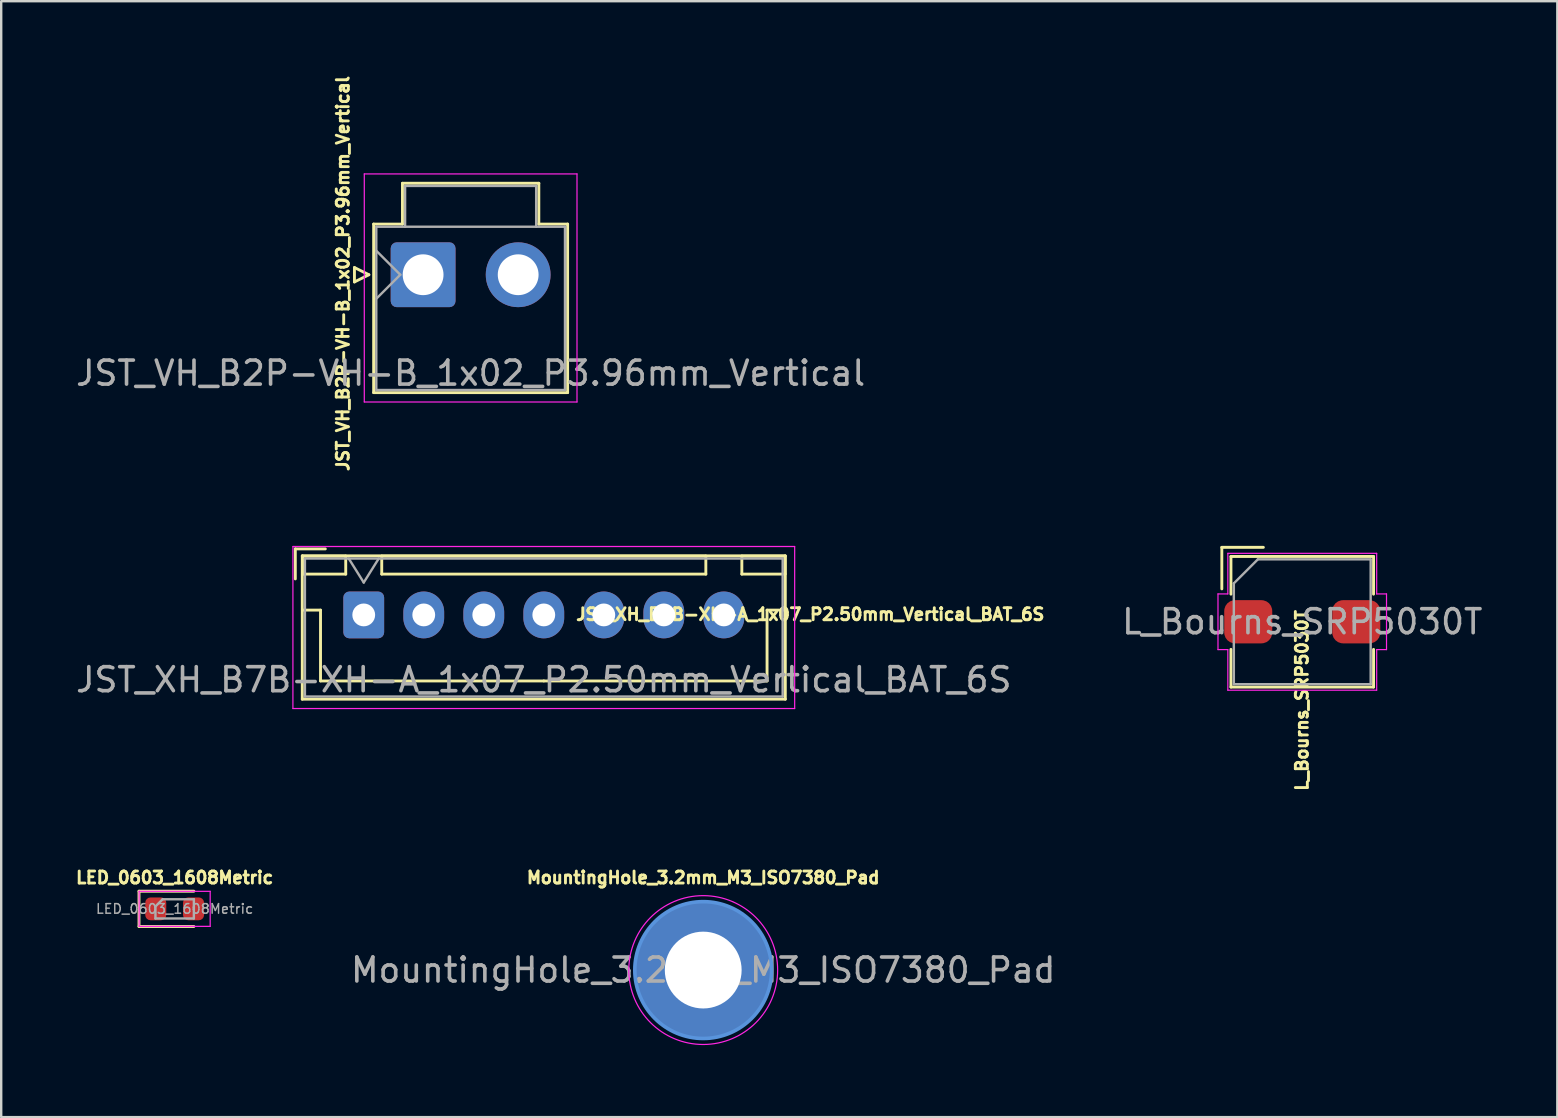
<source format=kicad_pcb>
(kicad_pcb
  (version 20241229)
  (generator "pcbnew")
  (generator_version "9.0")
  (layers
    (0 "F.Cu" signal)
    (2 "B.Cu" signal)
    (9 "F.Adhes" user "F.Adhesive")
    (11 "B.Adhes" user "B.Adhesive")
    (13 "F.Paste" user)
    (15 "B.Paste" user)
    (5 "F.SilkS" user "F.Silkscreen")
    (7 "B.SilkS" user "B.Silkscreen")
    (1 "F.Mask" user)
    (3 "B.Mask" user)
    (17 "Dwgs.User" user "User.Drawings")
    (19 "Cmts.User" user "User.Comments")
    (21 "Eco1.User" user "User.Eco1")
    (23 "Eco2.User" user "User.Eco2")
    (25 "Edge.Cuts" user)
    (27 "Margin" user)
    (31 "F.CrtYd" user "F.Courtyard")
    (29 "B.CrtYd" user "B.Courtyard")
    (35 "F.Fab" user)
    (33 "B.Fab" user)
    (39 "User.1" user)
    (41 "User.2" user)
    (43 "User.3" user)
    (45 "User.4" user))
  (footprint "L_Bourns_SRP5030T"
    (layer "F.Cu")
    (at 51.194 22.849)
    (property "Reference" "L_Bourns_SRP5030T" (at -0.013 3.275 90) (layer "F.SilkS") (effects (font (size 0.5 0.5) (thickness 0.12))))
    (attr smd)
    (fp_line (start -3.35 -3.1) (end -1.62 -3.1) (stroke (width 0.12) (type solid)) (layer "F.SilkS"))
    (fp_line (start -3.35 -1.37) (end -3.35 -3.1) (stroke (width 0.12) (type solid)) (layer "F.SilkS"))
    (fp_line (start -2.97 -2.72) (end -2.97 -1.15) (stroke (width 0.12) (type solid)) (layer "F.SilkS"))
    (fp_line (start -2.97 -2.72) (end 2.97 -2.72) (stroke (width 0.12) (type solid)) (layer "F.SilkS"))
    (fp_line (start -2.97 1.15) (end -2.97 2.72) (stroke (width 0.12) (type solid)) (layer "F.SilkS"))
    (fp_line (start -2.97 2.72) (end 2.97 2.72) (stroke (width 0.12) (type solid)) (layer "F.SilkS"))
    (fp_line (start 2.97 -2.72) (end 2.97 -1.15) (stroke (width 0.12) (type solid)) (layer "F.SilkS"))
    (fp_line (start 2.97 1.15) (end 2.97 2.72) (stroke (width 0.12) (type solid)) (layer "F.SilkS"))
    (fp_line (start -3.51 -1.16) (end -3.51 1.16) (stroke (width 0.05) (type solid)) (layer "F.CrtYd"))
    (fp_line (start -3.51 1.16) (end -3.1 1.16) (stroke (width 0.05) (type solid)) (layer "F.CrtYd"))
    (fp_line (start -3.1 -2.85) (end -3.1 -1.16) (stroke (width 0.05) (type solid)) (layer "F.CrtYd"))
    (fp_line (start -3.1 -2.85) (end 3.1 -2.85) (stroke (width 0.05) (type solid)) (layer "F.CrtYd"))
    (fp_line (start -3.1 -1.16) (end -3.51 -1.16) (stroke (width 0.05) (type solid)) (layer "F.CrtYd"))
    (fp_line (start -3.1 1.16) (end -3.1 2.85) (stroke (width 0.05) (type solid)) (layer "F.CrtYd"))
    (fp_line (start -3.1 2.85) (end 3.1 2.85) (stroke (width 0.05) (type solid)) (layer "F.CrtYd"))
    (fp_line (start 3.1 -2.85) (end 3.1 -1.16) (stroke (width 0.05) (type solid)) (layer "F.CrtYd"))
    (fp_line (start 3.1 -1.16) (end 3.51 -1.16) (stroke (width 0.05) (type solid)) (layer "F.CrtYd"))
    (fp_line (start 3.1 1.16) (end 3.1 2.85) (stroke (width 0.05) (type solid)) (layer "F.CrtYd"))
    (fp_line (start 3.51 -1.16) (end 3.51 1.16) (stroke (width 0.05) (type solid)) (layer "F.CrtYd"))
    (fp_line (start 3.51 1.16) (end 3.1 1.16) (stroke (width 0.05) (type solid)) (layer "F.CrtYd"))
    (fp_line (start -2.85 -1.6) (end -1.85 -2.6) (stroke (width 0.1) (type solid)) (layer "F.Fab"))
    (fp_line (start -2.85 2.6) (end -2.85 -1.6) (stroke (width 0.1) (type solid)) (layer "F.Fab"))
    (fp_line (start -1.85 -2.6) (end 2.85 -2.6) (stroke (width 0.1) (type solid)) (layer "F.Fab"))
    (fp_line (start 2.85 -2.6) (end 2.85 2.6) (stroke (width 0.1) (type solid)) (layer "F.Fab"))
    (fp_line (start 2.85 2.6) (end -2.85 2.6) (stroke (width 0.1) (type solid)) (layer "F.Fab"))
    (fp_text user "${REFERENCE}" (at 0 0 180) (layer "F.Fab") (effects (font (size 1 1) (thickness 0.15))))
    (pad "1" smd roundrect (at -2.25 0) (size 2 1.8) (layers "F.Cu" "F.Mask" "F.Paste") (roundrect_rratio 0.25))
    (pad "2" smd roundrect (at 2.25 0) (size 2 1.8) (layers "F.Cu" "F.Mask" "F.Paste") (roundrect_rratio 0.25)))
  (footprint "LED_0603_1608Metric"
    (layer "F.Cu")
    (at 4.225 34.807)
    (property "Reference" "LED_0603_1608Metric" (at 0 -1.3 0) (layer "F.SilkS") (effects (font (size 0.5 0.5) (thickness 0.12))))
    (attr smd)
    (fp_line (start -1.485 -0.735) (end -1.485 0.735) (stroke (width 0.12) (type solid)) (layer "F.SilkS"))
    (fp_line (start -1.485 0.735) (end 0.8 0.735) (stroke (width 0.12) (type solid)) (layer "F.SilkS"))
    (fp_line (start 0.8 -0.735) (end -1.485 -0.735) (stroke (width 0.12) (type solid)) (layer "F.SilkS"))
    (fp_line (start -1.48 -0.73) (end 1.48 -0.73) (stroke (width 0.05) (type solid)) (layer "F.CrtYd"))
    (fp_line (start -1.48 0.73) (end -1.48 -0.73) (stroke (width 0.05) (type solid)) (layer "F.CrtYd"))
    (fp_line (start 1.48 -0.73) (end 1.48 0.73) (stroke (width 0.05) (type solid)) (layer "F.CrtYd"))
    (fp_line (start 1.48 0.73) (end -1.48 0.73) (stroke (width 0.05) (type solid)) (layer "F.CrtYd"))
    (fp_line (start -0.8 -0.1) (end -0.8 0.4) (stroke (width 0.1) (type solid)) (layer "F.Fab"))
    (fp_line (start -0.8 0.4) (end 0.8 0.4) (stroke (width 0.1) (type solid)) (layer "F.Fab"))
    (fp_line (start -0.5 -0.4) (end -0.8 -0.1) (stroke (width 0.1) (type solid)) (layer "F.Fab"))
    (fp_line (start 0.8 -0.4) (end -0.5 -0.4) (stroke (width 0.1) (type solid)) (layer "F.Fab"))
    (fp_line (start 0.8 0.4) (end 0.8 -0.4) (stroke (width 0.1) (type solid)) (layer "F.Fab"))
    (fp_text user "${REFERENCE}" (at 0 0 0) (layer "F.Fab") (effects (font (size 0.4 0.4) (thickness 0.06))))
    (pad "1" smd roundrect (at -0.787 0) (size 0.875 0.95) (layers "F.Cu" "F.Mask" "F.Paste") (roundrect_rratio 0.25))
    (pad "2" smd roundrect (at 0.787 0) (size 0.875 0.95) (layers "F.Cu" "F.Mask" "F.Paste") (roundrect_rratio 0.25)))
  (footprint "JST_VH_B2P-VH-B_1x02_P3.96mm_Vertical"
    (layer "F.Cu")
    (at 14.574 8.394)
    (property "Reference" "JST_VH_B2P-VH-B_1x02_P3.96mm_Vertical" (at -3.342 -0.05 270) (layer "F.SilkS") (effects (font (size 0.5 0.5) (thickness 0.12))))
    (attr through_hole)
    (fp_line (start -2.86 -0.3) (end -2.26 0) (stroke (width 0.12) (type solid)) (layer "F.SilkS"))
    (fp_line (start -2.86 0.3) (end -2.86 -0.3) (stroke (width 0.12) (type solid)) (layer "F.SilkS"))
    (fp_line (start -2.26 0) (end -2.86 0.3) (stroke (width 0.12) (type solid)) (layer "F.SilkS"))
    (fp_line (start -2.06 -2.11) (end -0.86 -2.11) (stroke (width 0.12) (type solid)) (layer "F.SilkS"))
    (fp_line (start -2.06 4.91) (end -2.06 -2.11) (stroke (width 0.12) (type solid)) (layer "F.SilkS"))
    (fp_line (start -0.86 -3.81) (end 4.82 -3.81) (stroke (width 0.12) (type solid)) (layer "F.SilkS"))
    (fp_line (start -0.86 -2.11) (end -0.86 -3.81) (stroke (width 0.12) (type solid)) (layer "F.SilkS"))
    (fp_line (start 4.82 -3.81) (end 4.82 -2.11) (stroke (width 0.12) (type solid)) (layer "F.SilkS"))
    (fp_line (start 4.82 -2.11) (end 6.02 -2.11) (stroke (width 0.12) (type solid)) (layer "F.SilkS"))
    (fp_line (start 6.02 -2.11) (end 6.02 4.91) (stroke (width 0.12) (type solid)) (layer "F.SilkS"))
    (fp_line (start 6.02 4.91) (end -2.06 4.91) (stroke (width 0.12) (type solid)) (layer "F.SilkS"))
    (fp_line (start -2.45 -4.2) (end -2.45 5.3) (stroke (width 0.05) (type solid)) (layer "F.CrtYd"))
    (fp_line (start -2.45 5.3) (end 6.41 5.3) (stroke (width 0.05) (type solid)) (layer "F.CrtYd"))
    (fp_line (start 6.41 -4.2) (end -2.45 -4.2) (stroke (width 0.05) (type solid)) (layer "F.CrtYd"))
    (fp_line (start 6.41 5.3) (end 6.41 -4.2) (stroke (width 0.05) (type solid)) (layer "F.CrtYd"))
    (fp_line (start -1.95 -2) (end -1.95 4.8) (stroke (width 0.1) (type solid)) (layer "F.Fab"))
    (fp_line (start -1.95 -1) (end -0.95 0) (stroke (width 0.1) (type solid)) (layer "F.Fab"))
    (fp_line (start -1.95 1) (end -0.95 0) (stroke (width 0.1) (type solid)) (layer "F.Fab"))
    (fp_line (start -1.95 4.8) (end 5.91 4.8) (stroke (width 0.1) (type solid)) (layer "F.Fab"))
    (fp_line (start -0.75 -3.7) (end 4.71 -3.7) (stroke (width 0.1) (type solid)) (layer "F.Fab"))
    (fp_line (start -0.75 -2) (end -0.75 -3.7) (stroke (width 0.1) (type solid)) (layer "F.Fab"))
    (fp_line (start 4.71 -3.7) (end 4.71 -2) (stroke (width 0.1) (type solid)) (layer "F.Fab"))
    (fp_line (start 5.91 -2) (end -1.95 -2) (stroke (width 0.1) (type solid)) (layer "F.Fab"))
    (fp_line (start 5.91 4.8) (end 5.91 -2) (stroke (width 0.1) (type solid)) (layer "F.Fab"))
    (fp_text user "${REFERENCE}" (at 1.98 4.1 180) (layer "F.Fab") (effects (font (size 1 1) (thickness 0.15))))
    (pad "1" thru_hole roundrect (at 0 0) (size 2.7 2.7) (drill 1.7) (layers "*.Cu" "*.Mask") (roundrect_rratio 0.093))
    (pad "2" thru_hole circle (at 3.96 0) (size 2.7 2.7) (drill 1.7) (layers "*.Cu" "*.Mask")))
  (footprint "MountingHole_3.2mm_M3_ISO7380_Pad"
    (layer "F.Cu")
    (at 26.242 37.357)
    (property "Reference" "MountingHole_3.2mm_M3_ISO7380_Pad" (at 0 -3.85 0) (layer "F.SilkS") (effects (font (size 0.5 0.5) (thickness 0.12))))
    (attr exclude_from_pos_files exclude_from_bom)
    (fp_circle (center 0 0) (end 2.85 0) (stroke (width 0.15) (type solid)) (fill no) (layer "Cmts.User"))
    (fp_circle (center 0 0) (end 3.1 0) (stroke (width 0.05) (type solid)) (fill no) (layer "F.CrtYd"))
    (fp_text user "${REFERENCE}" (at 0 0 0) (layer "F.Fab") (effects (font (size 1 1) (thickness 0.15))))
    (pad "1" thru_hole circle (at 0 0) (size 5.7 5.7) (drill 3.2) (layers "*.Cu" "*.Mask")))
  (footprint "JST_XH_B7B-XH-A_1x07_P2.50mm_Vertical_BAT_6S"
    (layer "F.Cu")
    (at 12.101 22.564)
    (property "Reference" "JST_XH_B7B-XH-A_1x07_P2.50mm_Vertical_BAT_6S" (at 18.6 -0.025 180) (layer "F.SilkS") (effects (font (size 0.5 0.5) (thickness 0.12))))
    (attr through_hole)
    (fp_line (start -2.85 -2.75) (end -2.85 -1.5) (stroke (width 0.12) (type solid)) (layer "F.SilkS"))
    (fp_line (start -2.56 -2.46) (end -2.56 3.51) (stroke (width 0.12) (type solid)) (layer "F.SilkS"))
    (fp_line (start -2.56 3.51) (end 17.56 3.51) (stroke (width 0.12) (type solid)) (layer "F.SilkS"))
    (fp_line (start -2.55 -2.45) (end -2.55 -1.7) (stroke (width 0.12) (type solid)) (layer "F.SilkS"))
    (fp_line (start -2.55 -1.7) (end -0.75 -1.7) (stroke (width 0.12) (type solid)) (layer "F.SilkS"))
    (fp_line (start -2.55 -0.2) (end -1.8 -0.2) (stroke (width 0.12) (type solid)) (layer "F.SilkS"))
    (fp_line (start -1.8 -0.2) (end -1.8 2.75) (stroke (width 0.12) (type solid)) (layer "F.SilkS"))
    (fp_line (start -1.8 2.75) (end 7.5 2.75) (stroke (width 0.12) (type solid)) (layer "F.SilkS"))
    (fp_line (start -1.6 -2.75) (end -2.85 -2.75) (stroke (width 0.12) (type solid)) (layer "F.SilkS"))
    (fp_line (start -0.75 -2.45) (end -2.55 -2.45) (stroke (width 0.12) (type solid)) (layer "F.SilkS"))
    (fp_line (start -0.75 -1.7) (end -0.75 -2.45) (stroke (width 0.12) (type solid)) (layer "F.SilkS"))
    (fp_line (start 0.75 -2.45) (end 0.75 -1.7) (stroke (width 0.12) (type solid)) (layer "F.SilkS"))
    (fp_line (start 0.75 -1.7) (end 14.25 -1.7) (stroke (width 0.12) (type solid)) (layer "F.SilkS"))
    (fp_line (start 14.25 -2.45) (end 0.75 -2.45) (stroke (width 0.12) (type solid)) (layer "F.SilkS"))
    (fp_line (start 14.25 -1.7) (end 14.25 -2.45) (stroke (width 0.12) (type solid)) (layer "F.SilkS"))
    (fp_line (start 15.75 -2.45) (end 15.75 -1.7) (stroke (width 0.12) (type solid)) (layer "F.SilkS"))
    (fp_line (start 15.75 -1.7) (end 17.55 -1.7) (stroke (width 0.12) (type solid)) (layer "F.SilkS"))
    (fp_line (start 16.8 -0.2) (end 16.8 2.75) (stroke (width 0.12) (type solid)) (layer "F.SilkS"))
    (fp_line (start 16.8 2.75) (end 7.5 2.75) (stroke (width 0.12) (type solid)) (layer "F.SilkS"))
    (fp_line (start 17.55 -2.45) (end 15.75 -2.45) (stroke (width 0.12) (type solid)) (layer "F.SilkS"))
    (fp_line (start 17.55 -1.7) (end 17.55 -2.45) (stroke (width 0.12) (type solid)) (layer "F.SilkS"))
    (fp_line (start 17.55 -0.2) (end 16.8 -0.2) (stroke (width 0.12) (type solid)) (layer "F.SilkS"))
    (fp_line (start 17.56 -2.46) (end -2.56 -2.46) (stroke (width 0.12) (type solid)) (layer "F.SilkS"))
    (fp_line (start 17.56 3.51) (end 17.56 -2.46) (stroke (width 0.12) (type solid)) (layer "F.SilkS"))
    (fp_line (start -2.95 -2.85) (end -2.95 3.9) (stroke (width 0.05) (type solid)) (layer "F.CrtYd"))
    (fp_line (start -2.95 3.9) (end 17.95 3.9) (stroke (width 0.05) (type solid)) (layer "F.CrtYd"))
    (fp_line (start 17.95 -2.85) (end -2.95 -2.85) (stroke (width 0.05) (type solid)) (layer "F.CrtYd"))
    (fp_line (start 17.95 3.9) (end 17.95 -2.85) (stroke (width 0.05) (type solid)) (layer "F.CrtYd"))
    (fp_line (start -2.45 -2.35) (end -2.45 3.4) (stroke (width 0.1) (type solid)) (layer "F.Fab"))
    (fp_line (start -2.45 3.4) (end 17.45 3.4) (stroke (width 0.1) (type solid)) (layer "F.Fab"))
    (fp_line (start -0.625 -2.35) (end 0 -1.35) (stroke (width 0.1) (type solid)) (layer "F.Fab"))
    (fp_line (start 0 -1.35) (end 0.625 -2.35) (stroke (width 0.1) (type solid)) (layer "F.Fab"))
    (fp_line (start 17.45 -2.35) (end -2.45 -2.35) (stroke (width 0.1) (type solid)) (layer "F.Fab"))
    (fp_line (start 17.45 3.4) (end 17.45 -2.35) (stroke (width 0.1) (type solid)) (layer "F.Fab"))
    (fp_text user "${REFERENCE}" (at 7.5 2.7 180) (layer "F.Fab") (effects (font (size 1 1) (thickness 0.15))))
    (pad "0" thru_hole oval (at 15 0) (size 1.7 1.95) (drill 0.95) (layers "*.Cu" "*.Mask"))
    (pad "1" thru_hole oval (at 12.5 0) (size 1.7 1.95) (drill 0.95) (layers "*.Cu" "*.Mask"))
    (pad "2" thru_hole oval (at 10 0) (size 1.7 1.95) (drill 0.95) (layers "*.Cu" "*.Mask"))
    (pad "3" thru_hole oval (at 7.5 0) (size 1.7 1.95) (drill 0.95) (layers "*.Cu" "*.Mask"))
    (pad "4" thru_hole oval (at 5 0) (size 1.7 1.95) (drill 0.95) (layers "*.Cu" "*.Mask"))
    (pad "5" thru_hole oval (at 2.5 0) (size 1.7 1.95) (drill 0.95) (layers "*.Cu" "*.Mask"))
    (pad "6" thru_hole roundrect (at 0 0) (size 1.7 1.95) (drill 0.95) (layers "*.Cu" "*.Mask") (roundrect_rratio 0.147)))
  (gr_rect
    (start -3 -3)
    (end 61.819 43.482)
    (stroke (width 0.1) (type default))
    (fill no)
    (layer "Edge.Cuts")))
</source>
